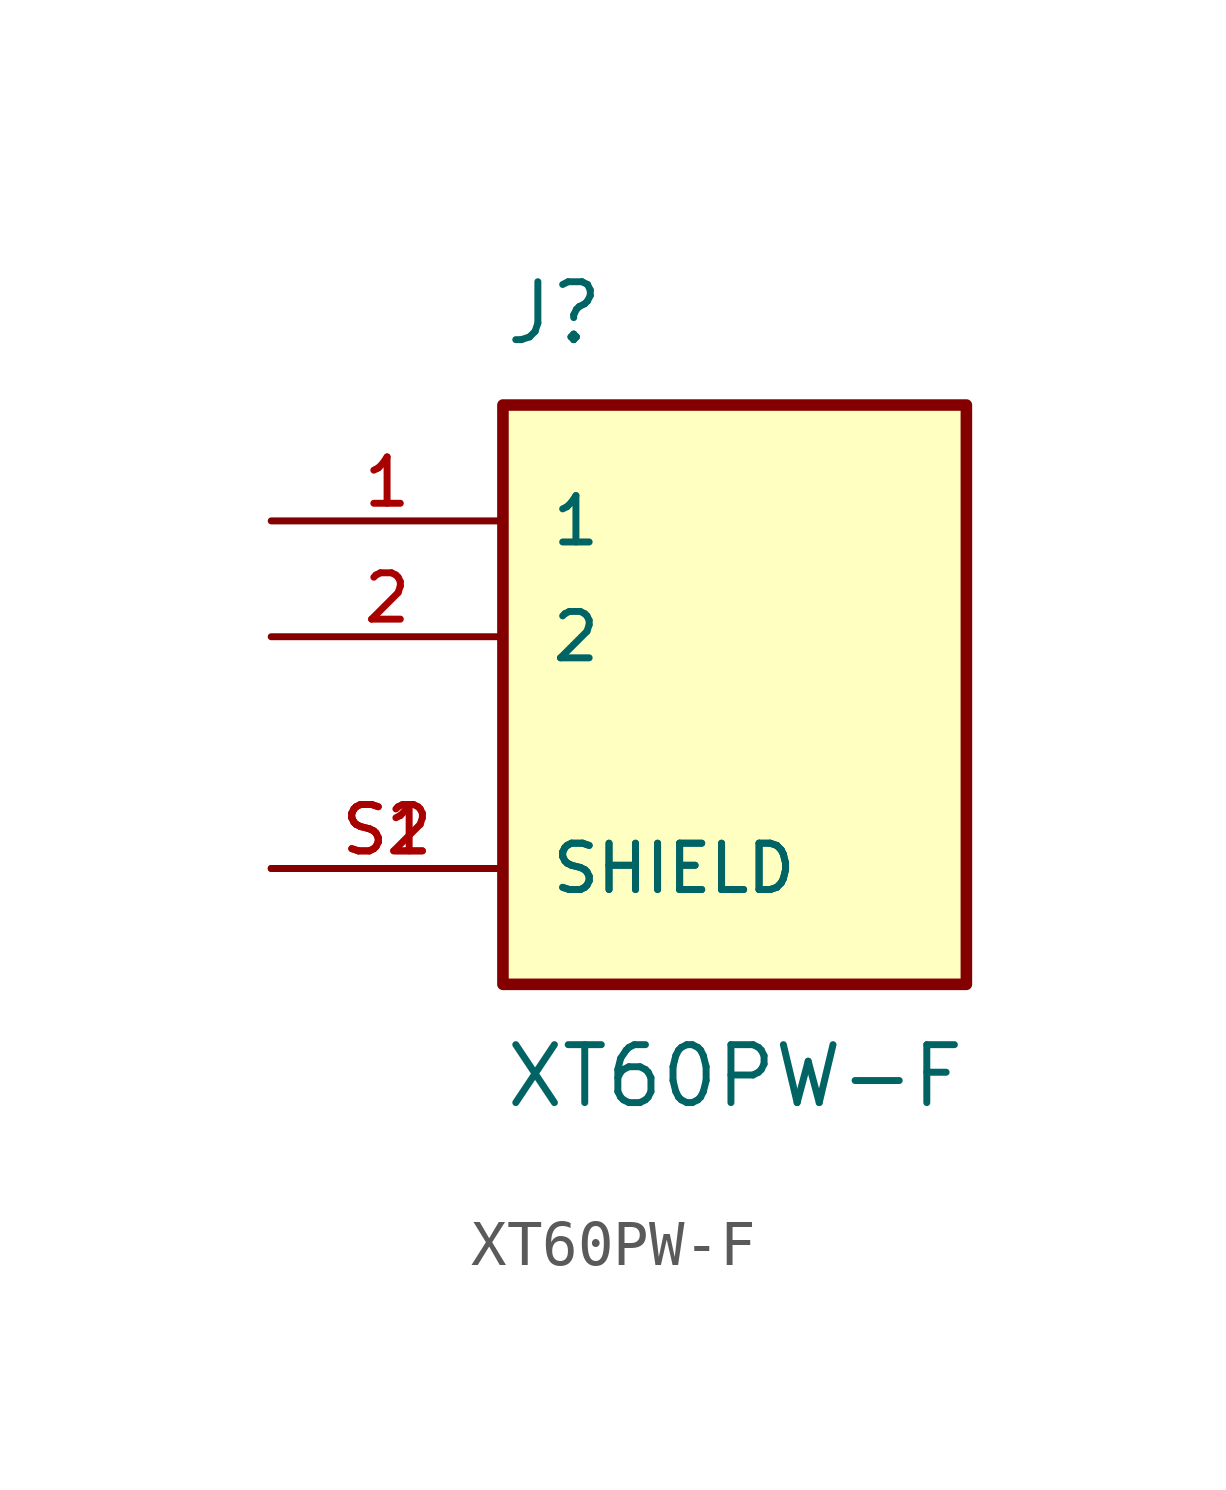
<source format=kicad_sym>
(kicad_symbol_lib
  (version 20231120)
  (generator "kicad_symbol_editor")
  (generator_version "8.0")
  (symbol "XT60PW-F"
    (pin_names
      (offset 1.016))
    (property "Reference" "J"
      (at -5.08 6.35 0)
      (effects (font (size 1.27 1.27)) (justify left bottom)))
    (property "Value" "XT60PW-F"
      (at -5.08 -8.89 0)
      (effects (font (size 1.27 1.27)) (justify left top)))
    (symbol "XT60PW-F_0_0"
      (rectangle (start -5.08 5.08) (end 5.08 -7.62) (stroke (width 0.254) (type default)) (fill (type background)))
      (pin passive line (at -10.16 2.54 0) (length 5.08) (name "1" (effects (font (size 1.016 1.016)))) (number "1" (effects (font (size 1.016 1.016)))))
      (pin passive line (at -10.16 0 0) (length 5.08) (name "2" (effects (font (size 1.016 1.016)))) (number "2" (effects (font (size 1.016 1.016)))))
      (pin passive line (at -10.16 -5.08 0) (length 5.08) (name "SHIELD" (effects (font (size 1.016 1.016)))) (number "S1" (effects (font (size 1.016 1.016)))))
      (pin passive line (at -10.16 -5.08 0) (length 5.08) (name "SHIELD" (effects (font (size 1.016 1.016)))) (number "S2" (effects (font (size 1.016 1.016))))))))
</source>
